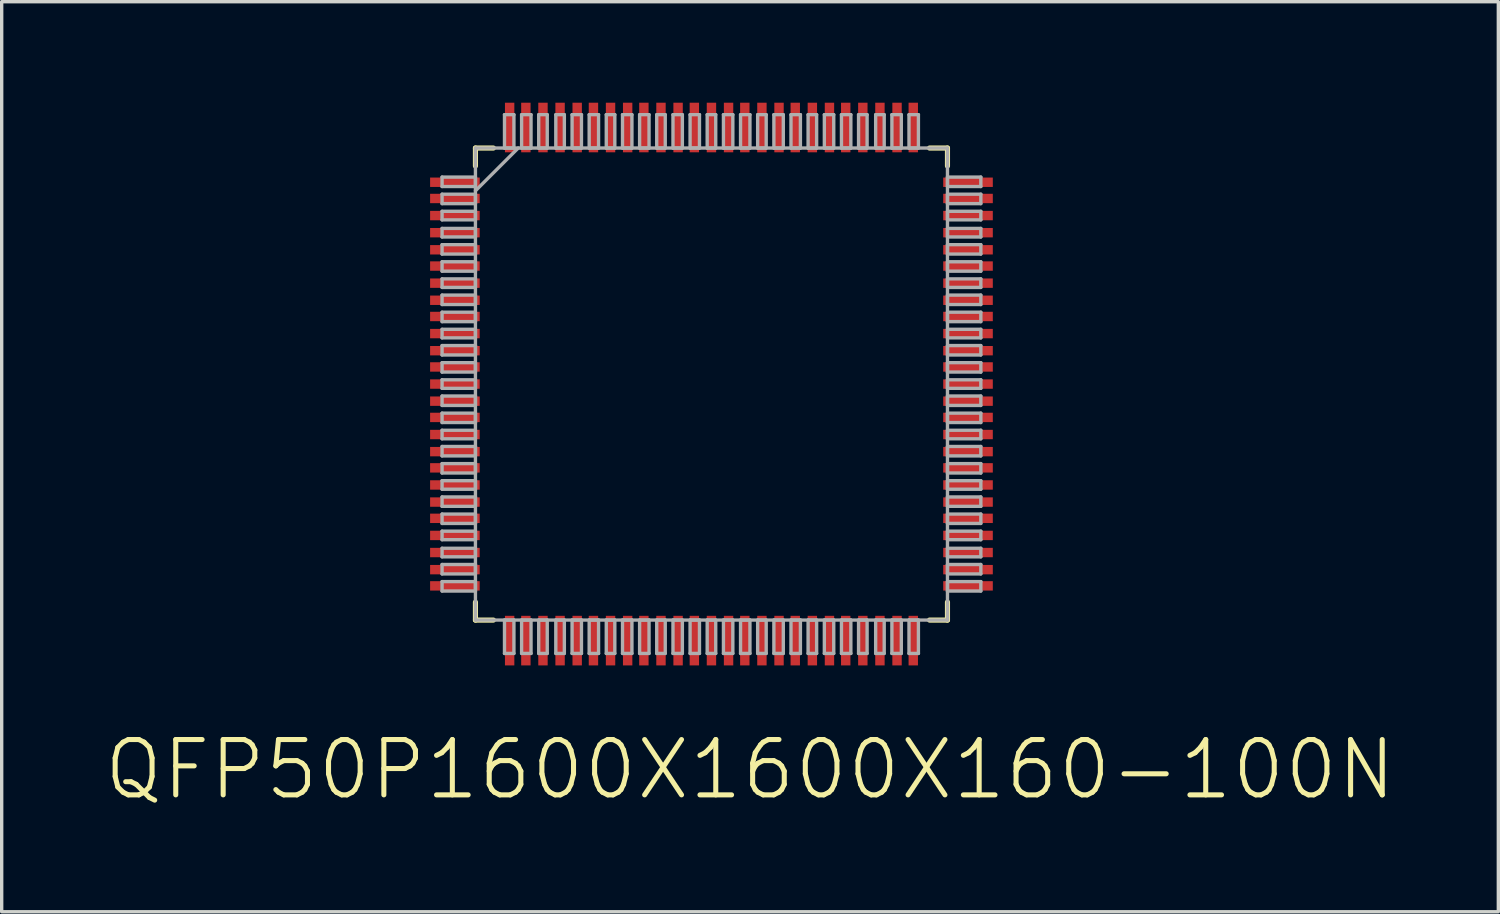
<source format=kicad_pcb>
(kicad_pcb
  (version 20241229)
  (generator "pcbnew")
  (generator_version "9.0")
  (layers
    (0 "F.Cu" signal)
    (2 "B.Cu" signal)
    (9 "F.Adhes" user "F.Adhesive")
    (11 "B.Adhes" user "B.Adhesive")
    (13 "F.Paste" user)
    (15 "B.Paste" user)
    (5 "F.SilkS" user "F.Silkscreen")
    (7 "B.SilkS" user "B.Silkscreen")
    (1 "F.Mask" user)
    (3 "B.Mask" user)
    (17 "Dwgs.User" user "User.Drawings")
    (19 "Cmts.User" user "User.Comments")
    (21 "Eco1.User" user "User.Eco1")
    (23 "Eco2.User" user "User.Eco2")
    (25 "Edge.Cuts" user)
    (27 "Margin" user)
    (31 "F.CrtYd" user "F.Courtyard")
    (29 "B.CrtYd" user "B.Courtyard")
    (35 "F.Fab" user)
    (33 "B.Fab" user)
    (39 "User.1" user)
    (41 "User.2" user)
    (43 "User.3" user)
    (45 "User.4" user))
  (footprint "QFP50P1600X1600X160-100N"
    (layer "F.Cu")
    (at 18.081 8.357)
    (property "Reference" "QFP50P1600X1600X160-100N" (at 1.145 11.449 0) (layer "F.SilkS") (effects (font (size 1.643 1.643) (thickness 0.15))))
    (attr smd)
    (fp_line (start -7.01 -7.01) (end -7.01 -6.477) (stroke (width 0.152) (type solid)) (layer "F.SilkS"))
    (fp_line (start -7.01 6.477) (end -7.01 7.01) (stroke (width 0.152) (type solid)) (layer "F.SilkS"))
    (fp_line (start -7.01 7.01) (end -6.477 7.01) (stroke (width 0.152) (type solid)) (layer "F.SilkS"))
    (fp_line (start -6.477 -7.01) (end -7.01 -7.01) (stroke (width 0.152) (type solid)) (layer "F.SilkS"))
    (fp_line (start 6.477 7.01) (end 7.01 7.01) (stroke (width 0.152) (type solid)) (layer "F.SilkS"))
    (fp_line (start 7.01 -7.01) (end 6.477 -7.01) (stroke (width 0.152) (type solid)) (layer "F.SilkS"))
    (fp_line (start 7.01 -6.477) (end 7.01 -7.01) (stroke (width 0.152) (type solid)) (layer "F.SilkS"))
    (fp_line (start 7.01 7.01) (end 7.01 6.477) (stroke (width 0.152) (type solid)) (layer "F.SilkS"))
    (fp_line (start -8.001 -6.147) (end -8.001 -5.867) (stroke (width 0.1) (type solid)) (layer "F.Fab"))
    (fp_line (start -8.001 -5.867) (end -7.01 -5.867) (stroke (width 0.1) (type solid)) (layer "F.Fab"))
    (fp_line (start -8.001 -5.639) (end -8.001 -5.359) (stroke (width 0.1) (type solid)) (layer "F.Fab"))
    (fp_line (start -8.001 -5.359) (end -7.01 -5.359) (stroke (width 0.1) (type solid)) (layer "F.Fab"))
    (fp_line (start -8.001 -5.131) (end -8.001 -4.877) (stroke (width 0.1) (type solid)) (layer "F.Fab"))
    (fp_line (start -8.001 -4.877) (end -7.01 -4.877) (stroke (width 0.1) (type solid)) (layer "F.Fab"))
    (fp_line (start -8.001 -4.623) (end -8.001 -4.369) (stroke (width 0.1) (type solid)) (layer "F.Fab"))
    (fp_line (start -8.001 -4.369) (end -7.01 -4.369) (stroke (width 0.1) (type solid)) (layer "F.Fab"))
    (fp_line (start -8.001 -4.14) (end -8.001 -3.861) (stroke (width 0.1) (type solid)) (layer "F.Fab"))
    (fp_line (start -8.001 -3.861) (end -7.01 -3.861) (stroke (width 0.1) (type solid)) (layer "F.Fab"))
    (fp_line (start -8.001 -3.632) (end -8.001 -3.353) (stroke (width 0.1) (type solid)) (layer "F.Fab"))
    (fp_line (start -8.001 -3.353) (end -7.01 -3.353) (stroke (width 0.1) (type solid)) (layer "F.Fab"))
    (fp_line (start -8.001 -3.124) (end -8.001 -2.87) (stroke (width 0.1) (type solid)) (layer "F.Fab"))
    (fp_line (start -8.001 -2.87) (end -7.01 -2.87) (stroke (width 0.1) (type solid)) (layer "F.Fab"))
    (fp_line (start -8.001 -2.642) (end -8.001 -2.362) (stroke (width 0.1) (type solid)) (layer "F.Fab"))
    (fp_line (start -8.001 -2.362) (end -7.01 -2.362) (stroke (width 0.1) (type solid)) (layer "F.Fab"))
    (fp_line (start -8.001 -2.134) (end -8.001 -1.854) (stroke (width 0.1) (type solid)) (layer "F.Fab"))
    (fp_line (start -8.001 -1.854) (end -7.01 -1.854) (stroke (width 0.1) (type solid)) (layer "F.Fab"))
    (fp_line (start -8.001 -1.626) (end -8.001 -1.372) (stroke (width 0.1) (type solid)) (layer "F.Fab"))
    (fp_line (start -8.001 -1.372) (end -7.01 -1.372) (stroke (width 0.1) (type solid)) (layer "F.Fab"))
    (fp_line (start -8.001 -1.143) (end -8.001 -0.864) (stroke (width 0.1) (type solid)) (layer "F.Fab"))
    (fp_line (start -8.001 -0.864) (end -7.01 -0.864) (stroke (width 0.1) (type solid)) (layer "F.Fab"))
    (fp_line (start -8.001 -0.635) (end -8.001 -0.356) (stroke (width 0.1) (type solid)) (layer "F.Fab"))
    (fp_line (start -8.001 -0.356) (end -7.01 -0.356) (stroke (width 0.1) (type solid)) (layer "F.Fab"))
    (fp_line (start -8.001 -0.127) (end -8.001 0.127) (stroke (width 0.1) (type solid)) (layer "F.Fab"))
    (fp_line (start -8.001 0.127) (end -7.01 0.127) (stroke (width 0.1) (type solid)) (layer "F.Fab"))
    (fp_line (start -8.001 0.356) (end -8.001 0.635) (stroke (width 0.1) (type solid)) (layer "F.Fab"))
    (fp_line (start -8.001 0.635) (end -7.01 0.635) (stroke (width 0.1) (type solid)) (layer "F.Fab"))
    (fp_line (start -8.001 0.864) (end -8.001 1.143) (stroke (width 0.1) (type solid)) (layer "F.Fab"))
    (fp_line (start -8.001 1.143) (end -7.01 1.143) (stroke (width 0.1) (type solid)) (layer "F.Fab"))
    (fp_line (start -8.001 1.372) (end -8.001 1.626) (stroke (width 0.1) (type solid)) (layer "F.Fab"))
    (fp_line (start -8.001 1.626) (end -7.01 1.626) (stroke (width 0.1) (type solid)) (layer "F.Fab"))
    (fp_line (start -8.001 1.854) (end -8.001 2.134) (stroke (width 0.1) (type solid)) (layer "F.Fab"))
    (fp_line (start -8.001 2.134) (end -7.01 2.134) (stroke (width 0.1) (type solid)) (layer "F.Fab"))
    (fp_line (start -8.001 2.362) (end -8.001 2.642) (stroke (width 0.1) (type solid)) (layer "F.Fab"))
    (fp_line (start -8.001 2.642) (end -7.01 2.642) (stroke (width 0.1) (type solid)) (layer "F.Fab"))
    (fp_line (start -8.001 2.87) (end -8.001 3.124) (stroke (width 0.1) (type solid)) (layer "F.Fab"))
    (fp_line (start -8.001 3.124) (end -7.01 3.124) (stroke (width 0.1) (type solid)) (layer "F.Fab"))
    (fp_line (start -8.001 3.353) (end -8.001 3.632) (stroke (width 0.1) (type solid)) (layer "F.Fab"))
    (fp_line (start -8.001 3.632) (end -7.01 3.632) (stroke (width 0.1) (type solid)) (layer "F.Fab"))
    (fp_line (start -8.001 3.861) (end -8.001 4.14) (stroke (width 0.1) (type solid)) (layer "F.Fab"))
    (fp_line (start -8.001 4.14) (end -7.01 4.14) (stroke (width 0.1) (type solid)) (layer "F.Fab"))
    (fp_line (start -8.001 4.369) (end -8.001 4.623) (stroke (width 0.1) (type solid)) (layer "F.Fab"))
    (fp_line (start -8.001 4.623) (end -7.01 4.623) (stroke (width 0.1) (type solid)) (layer "F.Fab"))
    (fp_line (start -8.001 4.877) (end -8.001 5.131) (stroke (width 0.1) (type solid)) (layer "F.Fab"))
    (fp_line (start -8.001 5.131) (end -7.01 5.131) (stroke (width 0.1) (type solid)) (layer "F.Fab"))
    (fp_line (start -8.001 5.359) (end -8.001 5.639) (stroke (width 0.1) (type solid)) (layer "F.Fab"))
    (fp_line (start -8.001 5.639) (end -7.01 5.639) (stroke (width 0.1) (type solid)) (layer "F.Fab"))
    (fp_line (start -8.001 5.867) (end -8.001 6.147) (stroke (width 0.1) (type solid)) (layer "F.Fab"))
    (fp_line (start -8.001 6.147) (end -7.01 6.147) (stroke (width 0.1) (type solid)) (layer "F.Fab"))
    (fp_line (start -7.01 -7.01) (end -7.01 7.01) (stroke (width 0.1) (type solid)) (layer "F.Fab"))
    (fp_line (start -7.01 -6.147) (end -8.001 -6.147) (stroke (width 0.1) (type solid)) (layer "F.Fab"))
    (fp_line (start -7.01 -5.867) (end -7.01 -6.147) (stroke (width 0.1) (type solid)) (layer "F.Fab"))
    (fp_line (start -7.01 -5.74) (end -5.74 -7.01) (stroke (width 0.1) (type solid)) (layer "F.Fab"))
    (fp_line (start -7.01 -5.639) (end -8.001 -5.639) (stroke (width 0.1) (type solid)) (layer "F.Fab"))
    (fp_line (start -7.01 -5.359) (end -7.01 -5.639) (stroke (width 0.1) (type solid)) (layer "F.Fab"))
    (fp_line (start -7.01 -5.131) (end -8.001 -5.131) (stroke (width 0.1) (type solid)) (layer "F.Fab"))
    (fp_line (start -7.01 -4.877) (end -7.01 -5.131) (stroke (width 0.1) (type solid)) (layer "F.Fab"))
    (fp_line (start -7.01 -4.623) (end -8.001 -4.623) (stroke (width 0.1) (type solid)) (layer "F.Fab"))
    (fp_line (start -7.01 -4.369) (end -7.01 -4.623) (stroke (width 0.1) (type solid)) (layer "F.Fab"))
    (fp_line (start -7.01 -4.14) (end -8.001 -4.14) (stroke (width 0.1) (type solid)) (layer "F.Fab"))
    (fp_line (start -7.01 -3.861) (end -7.01 -4.14) (stroke (width 0.1) (type solid)) (layer "F.Fab"))
    (fp_line (start -7.01 -3.632) (end -8.001 -3.632) (stroke (width 0.1) (type solid)) (layer "F.Fab"))
    (fp_line (start -7.01 -3.353) (end -7.01 -3.632) (stroke (width 0.1) (type solid)) (layer "F.Fab"))
    (fp_line (start -7.01 -3.124) (end -8.001 -3.124) (stroke (width 0.1) (type solid)) (layer "F.Fab"))
    (fp_line (start -7.01 -2.87) (end -7.01 -3.124) (stroke (width 0.1) (type solid)) (layer "F.Fab"))
    (fp_line (start -7.01 -2.642) (end -8.001 -2.642) (stroke (width 0.1) (type solid)) (layer "F.Fab"))
    (fp_line (start -7.01 -2.362) (end -7.01 -2.642) (stroke (width 0.1) (type solid)) (layer "F.Fab"))
    (fp_line (start -7.01 -2.134) (end -8.001 -2.134) (stroke (width 0.1) (type solid)) (layer "F.Fab"))
    (fp_line (start -7.01 -1.854) (end -7.01 -2.134) (stroke (width 0.1) (type solid)) (layer "F.Fab"))
    (fp_line (start -7.01 -1.626) (end -8.001 -1.626) (stroke (width 0.1) (type solid)) (layer "F.Fab"))
    (fp_line (start -7.01 -1.372) (end -7.01 -1.626) (stroke (width 0.1) (type solid)) (layer "F.Fab"))
    (fp_line (start -7.01 -1.143) (end -8.001 -1.143) (stroke (width 0.1) (type solid)) (layer "F.Fab"))
    (fp_line (start -7.01 -0.864) (end -7.01 -1.143) (stroke (width 0.1) (type solid)) (layer "F.Fab"))
    (fp_line (start -7.01 -0.635) (end -8.001 -0.635) (stroke (width 0.1) (type solid)) (layer "F.Fab"))
    (fp_line (start -7.01 -0.356) (end -7.01 -0.635) (stroke (width 0.1) (type solid)) (layer "F.Fab"))
    (fp_line (start -7.01 -0.127) (end -8.001 -0.127) (stroke (width 0.1) (type solid)) (layer "F.Fab"))
    (fp_line (start -7.01 0.127) (end -7.01 -0.127) (stroke (width 0.1) (type solid)) (layer "F.Fab"))
    (fp_line (start -7.01 0.356) (end -8.001 0.356) (stroke (width 0.1) (type solid)) (layer "F.Fab"))
    (fp_line (start -7.01 0.635) (end -7.01 0.356) (stroke (width 0.1) (type solid)) (layer "F.Fab"))
    (fp_line (start -7.01 0.864) (end -8.001 0.864) (stroke (width 0.1) (type solid)) (layer "F.Fab"))
    (fp_line (start -7.01 1.143) (end -7.01 0.864) (stroke (width 0.1) (type solid)) (layer "F.Fab"))
    (fp_line (start -7.01 1.372) (end -8.001 1.372) (stroke (width 0.1) (type solid)) (layer "F.Fab"))
    (fp_line (start -7.01 1.626) (end -7.01 1.372) (stroke (width 0.1) (type solid)) (layer "F.Fab"))
    (fp_line (start -7.01 1.854) (end -8.001 1.854) (stroke (width 0.1) (type solid)) (layer "F.Fab"))
    (fp_line (start -7.01 2.134) (end -7.01 1.854) (stroke (width 0.1) (type solid)) (layer "F.Fab"))
    (fp_line (start -7.01 2.362) (end -8.001 2.362) (stroke (width 0.1) (type solid)) (layer "F.Fab"))
    (fp_line (start -7.01 2.642) (end -7.01 2.362) (stroke (width 0.1) (type solid)) (layer "F.Fab"))
    (fp_line (start -7.01 2.87) (end -8.001 2.87) (stroke (width 0.1) (type solid)) (layer "F.Fab"))
    (fp_line (start -7.01 3.124) (end -7.01 2.87) (stroke (width 0.1) (type solid)) (layer "F.Fab"))
    (fp_line (start -7.01 3.353) (end -8.001 3.353) (stroke (width 0.1) (type solid)) (layer "F.Fab"))
    (fp_line (start -7.01 3.632) (end -7.01 3.353) (stroke (width 0.1) (type solid)) (layer "F.Fab"))
    (fp_line (start -7.01 3.861) (end -8.001 3.861) (stroke (width 0.1) (type solid)) (layer "F.Fab"))
    (fp_line (start -7.01 4.14) (end -7.01 3.861) (stroke (width 0.1) (type solid)) (layer "F.Fab"))
    (fp_line (start -7.01 4.369) (end -8.001 4.369) (stroke (width 0.1) (type solid)) (layer "F.Fab"))
    (fp_line (start -7.01 4.623) (end -7.01 4.369) (stroke (width 0.1) (type solid)) (layer "F.Fab"))
    (fp_line (start -7.01 4.877) (end -8.001 4.877) (stroke (width 0.1) (type solid)) (layer "F.Fab"))
    (fp_line (start -7.01 5.131) (end -7.01 4.877) (stroke (width 0.1) (type solid)) (layer "F.Fab"))
    (fp_line (start -7.01 5.359) (end -8.001 5.359) (stroke (width 0.1) (type solid)) (layer "F.Fab"))
    (fp_line (start -7.01 5.639) (end -7.01 5.359) (stroke (width 0.1) (type solid)) (layer "F.Fab"))
    (fp_line (start -7.01 5.867) (end -8.001 5.867) (stroke (width 0.1) (type solid)) (layer "F.Fab"))
    (fp_line (start -7.01 6.147) (end -7.01 5.867) (stroke (width 0.1) (type solid)) (layer "F.Fab"))
    (fp_line (start -7.01 7.01) (end 7.01 7.01) (stroke (width 0.1) (type solid)) (layer "F.Fab"))
    (fp_line (start -6.147 -8.001) (end -6.147 -7.01) (stroke (width 0.1) (type solid)) (layer "F.Fab"))
    (fp_line (start -6.147 -7.01) (end -5.867 -7.01) (stroke (width 0.1) (type solid)) (layer "F.Fab"))
    (fp_line (start -6.147 7.01) (end -6.147 8.001) (stroke (width 0.1) (type solid)) (layer "F.Fab"))
    (fp_line (start -6.147 8.001) (end -5.867 8.001) (stroke (width 0.1) (type solid)) (layer "F.Fab"))
    (fp_line (start -5.867 -8.001) (end -6.147 -8.001) (stroke (width 0.1) (type solid)) (layer "F.Fab"))
    (fp_line (start -5.867 -7.01) (end -5.867 -8.001) (stroke (width 0.1) (type solid)) (layer "F.Fab"))
    (fp_line (start -5.867 7.01) (end -6.147 7.01) (stroke (width 0.1) (type solid)) (layer "F.Fab"))
    (fp_line (start -5.867 8.001) (end -5.867 7.01) (stroke (width 0.1) (type solid)) (layer "F.Fab"))
    (fp_line (start -5.639 -8.001) (end -5.639 -7.01) (stroke (width 0.1) (type solid)) (layer "F.Fab"))
    (fp_line (start -5.639 -7.01) (end -5.359 -7.01) (stroke (width 0.1) (type solid)) (layer "F.Fab"))
    (fp_line (start -5.639 7.01) (end -5.639 8.001) (stroke (width 0.1) (type solid)) (layer "F.Fab"))
    (fp_line (start -5.639 8.001) (end -5.359 8.001) (stroke (width 0.1) (type solid)) (layer "F.Fab"))
    (fp_line (start -5.359 -8.001) (end -5.639 -8.001) (stroke (width 0.1) (type solid)) (layer "F.Fab"))
    (fp_line (start -5.359 -7.01) (end -5.359 -8.001) (stroke (width 0.1) (type solid)) (layer "F.Fab"))
    (fp_line (start -5.359 7.01) (end -5.639 7.01) (stroke (width 0.1) (type solid)) (layer "F.Fab"))
    (fp_line (start -5.359 8.001) (end -5.359 7.01) (stroke (width 0.1) (type solid)) (layer "F.Fab"))
    (fp_line (start -5.131 -8.001) (end -5.131 -7.01) (stroke (width 0.1) (type solid)) (layer "F.Fab"))
    (fp_line (start -5.131 -7.01) (end -4.877 -7.01) (stroke (width 0.1) (type solid)) (layer "F.Fab"))
    (fp_line (start -5.131 7.01) (end -5.131 8.001) (stroke (width 0.1) (type solid)) (layer "F.Fab"))
    (fp_line (start -5.131 8.001) (end -4.877 8.001) (stroke (width 0.1) (type solid)) (layer "F.Fab"))
    (fp_line (start -4.877 -8.001) (end -5.131 -8.001) (stroke (width 0.1) (type solid)) (layer "F.Fab"))
    (fp_line (start -4.877 -7.01) (end -4.877 -8.001) (stroke (width 0.1) (type solid)) (layer "F.Fab"))
    (fp_line (start -4.877 7.01) (end -5.131 7.01) (stroke (width 0.1) (type solid)) (layer "F.Fab"))
    (fp_line (start -4.877 8.001) (end -4.877 7.01) (stroke (width 0.1) (type solid)) (layer "F.Fab"))
    (fp_line (start -4.623 -8.001) (end -4.623 -7.01) (stroke (width 0.1) (type solid)) (layer "F.Fab"))
    (fp_line (start -4.623 -7.01) (end -4.369 -7.01) (stroke (width 0.1) (type solid)) (layer "F.Fab"))
    (fp_line (start -4.623 7.01) (end -4.623 8.001) (stroke (width 0.1) (type solid)) (layer "F.Fab"))
    (fp_line (start -4.623 8.001) (end -4.369 8.001) (stroke (width 0.1) (type solid)) (layer "F.Fab"))
    (fp_line (start -4.369 -8.001) (end -4.623 -8.001) (stroke (width 0.1) (type solid)) (layer "F.Fab"))
    (fp_line (start -4.369 -7.01) (end -4.369 -8.001) (stroke (width 0.1) (type solid)) (layer "F.Fab"))
    (fp_line (start -4.369 7.01) (end -4.623 7.01) (stroke (width 0.1) (type solid)) (layer "F.Fab"))
    (fp_line (start -4.369 8.001) (end -4.369 7.01) (stroke (width 0.1) (type solid)) (layer "F.Fab"))
    (fp_line (start -4.14 -8.001) (end -4.14 -7.01) (stroke (width 0.1) (type solid)) (layer "F.Fab"))
    (fp_line (start -4.14 -7.01) (end -3.861 -7.01) (stroke (width 0.1) (type solid)) (layer "F.Fab"))
    (fp_line (start -4.14 7.01) (end -4.14 8.001) (stroke (width 0.1) (type solid)) (layer "F.Fab"))
    (fp_line (start -4.14 8.001) (end -3.861 8.001) (stroke (width 0.1) (type solid)) (layer "F.Fab"))
    (fp_line (start -3.861 -8.001) (end -4.14 -8.001) (stroke (width 0.1) (type solid)) (layer "F.Fab"))
    (fp_line (start -3.861 -7.01) (end -3.861 -8.001) (stroke (width 0.1) (type solid)) (layer "F.Fab"))
    (fp_line (start -3.861 7.01) (end -4.14 7.01) (stroke (width 0.1) (type solid)) (layer "F.Fab"))
    (fp_line (start -3.861 8.001) (end -3.861 7.01) (stroke (width 0.1) (type solid)) (layer "F.Fab"))
    (fp_line (start -3.632 -8.001) (end -3.632 -7.01) (stroke (width 0.1) (type solid)) (layer "F.Fab"))
    (fp_line (start -3.632 -7.01) (end -3.353 -7.01) (stroke (width 0.1) (type solid)) (layer "F.Fab"))
    (fp_line (start -3.632 7.01) (end -3.632 8.001) (stroke (width 0.1) (type solid)) (layer "F.Fab"))
    (fp_line (start -3.632 8.001) (end -3.353 8.001) (stroke (width 0.1) (type solid)) (layer "F.Fab"))
    (fp_line (start -3.353 -8.001) (end -3.632 -8.001) (stroke (width 0.1) (type solid)) (layer "F.Fab"))
    (fp_line (start -3.353 -7.01) (end -3.353 -8.001) (stroke (width 0.1) (type solid)) (layer "F.Fab"))
    (fp_line (start -3.353 7.01) (end -3.632 7.01) (stroke (width 0.1) (type solid)) (layer "F.Fab"))
    (fp_line (start -3.353 8.001) (end -3.353 7.01) (stroke (width 0.1) (type solid)) (layer "F.Fab"))
    (fp_line (start -3.124 -8.001) (end -3.124 -7.01) (stroke (width 0.1) (type solid)) (layer "F.Fab"))
    (fp_line (start -3.124 -7.01) (end -2.87 -7.01) (stroke (width 0.1) (type solid)) (layer "F.Fab"))
    (fp_line (start -3.124 7.01) (end -3.124 8.001) (stroke (width 0.1) (type solid)) (layer "F.Fab"))
    (fp_line (start -3.124 8.001) (end -2.87 8.001) (stroke (width 0.1) (type solid)) (layer "F.Fab"))
    (fp_line (start -2.87 -8.001) (end -3.124 -8.001) (stroke (width 0.1) (type solid)) (layer "F.Fab"))
    (fp_line (start -2.87 -7.01) (end -2.87 -8.001) (stroke (width 0.1) (type solid)) (layer "F.Fab"))
    (fp_line (start -2.87 7.01) (end -3.124 7.01) (stroke (width 0.1) (type solid)) (layer "F.Fab"))
    (fp_line (start -2.87 8.001) (end -2.87 7.01) (stroke (width 0.1) (type solid)) (layer "F.Fab"))
    (fp_line (start -2.642 -8.001) (end -2.642 -7.01) (stroke (width 0.1) (type solid)) (layer "F.Fab"))
    (fp_line (start -2.642 -7.01) (end -2.362 -7.01) (stroke (width 0.1) (type solid)) (layer "F.Fab"))
    (fp_line (start -2.642 7.01) (end -2.642 8.001) (stroke (width 0.1) (type solid)) (layer "F.Fab"))
    (fp_line (start -2.642 8.001) (end -2.362 8.001) (stroke (width 0.1) (type solid)) (layer "F.Fab"))
    (fp_line (start -2.362 -8.001) (end -2.642 -8.001) (stroke (width 0.1) (type solid)) (layer "F.Fab"))
    (fp_line (start -2.362 -7.01) (end -2.362 -8.001) (stroke (width 0.1) (type solid)) (layer "F.Fab"))
    (fp_line (start -2.362 7.01) (end -2.642 7.01) (stroke (width 0.1) (type solid)) (layer "F.Fab"))
    (fp_line (start -2.362 8.001) (end -2.362 7.01) (stroke (width 0.1) (type solid)) (layer "F.Fab"))
    (fp_line (start -2.134 -8.001) (end -2.134 -7.01) (stroke (width 0.1) (type solid)) (layer "F.Fab"))
    (fp_line (start -2.134 -7.01) (end -1.854 -7.01) (stroke (width 0.1) (type solid)) (layer "F.Fab"))
    (fp_line (start -2.134 7.01) (end -2.134 8.001) (stroke (width 0.1) (type solid)) (layer "F.Fab"))
    (fp_line (start -2.134 8.001) (end -1.854 8.001) (stroke (width 0.1) (type solid)) (layer "F.Fab"))
    (fp_line (start -1.854 -8.001) (end -2.134 -8.001) (stroke (width 0.1) (type solid)) (layer "F.Fab"))
    (fp_line (start -1.854 -7.01) (end -1.854 -8.001) (stroke (width 0.1) (type solid)) (layer "F.Fab"))
    (fp_line (start -1.854 7.01) (end -2.134 7.01) (stroke (width 0.1) (type solid)) (layer "F.Fab"))
    (fp_line (start -1.854 8.001) (end -1.854 7.01) (stroke (width 0.1) (type solid)) (layer "F.Fab"))
    (fp_line (start -1.626 -8.001) (end -1.626 -7.01) (stroke (width 0.1) (type solid)) (layer "F.Fab"))
    (fp_line (start -1.626 -7.01) (end -1.372 -7.01) (stroke (width 0.1) (type solid)) (layer "F.Fab"))
    (fp_line (start -1.626 7.01) (end -1.626 8.001) (stroke (width 0.1) (type solid)) (layer "F.Fab"))
    (fp_line (start -1.626 8.001) (end -1.372 8.001) (stroke (width 0.1) (type solid)) (layer "F.Fab"))
    (fp_line (start -1.372 -8.001) (end -1.626 -8.001) (stroke (width 0.1) (type solid)) (layer "F.Fab"))
    (fp_line (start -1.372 -7.01) (end -1.372 -8.001) (stroke (width 0.1) (type solid)) (layer "F.Fab"))
    (fp_line (start -1.372 7.01) (end -1.626 7.01) (stroke (width 0.1) (type solid)) (layer "F.Fab"))
    (fp_line (start -1.372 8.001) (end -1.372 7.01) (stroke (width 0.1) (type solid)) (layer "F.Fab"))
    (fp_line (start -1.143 -8.001) (end -1.143 -7.01) (stroke (width 0.1) (type solid)) (layer "F.Fab"))
    (fp_line (start -1.143 -7.01) (end -0.864 -7.01) (stroke (width 0.1) (type solid)) (layer "F.Fab"))
    (fp_line (start -1.143 7.01) (end -1.143 8.001) (stroke (width 0.1) (type solid)) (layer "F.Fab"))
    (fp_line (start -1.143 8.001) (end -0.864 8.001) (stroke (width 0.1) (type solid)) (layer "F.Fab"))
    (fp_line (start -0.864 -8.001) (end -1.143 -8.001) (stroke (width 0.1) (type solid)) (layer "F.Fab"))
    (fp_line (start -0.864 -7.01) (end -0.864 -8.001) (stroke (width 0.1) (type solid)) (layer "F.Fab"))
    (fp_line (start -0.864 7.01) (end -1.143 7.01) (stroke (width 0.1) (type solid)) (layer "F.Fab"))
    (fp_line (start -0.864 8.001) (end -0.864 7.01) (stroke (width 0.1) (type solid)) (layer "F.Fab"))
    (fp_line (start -0.635 -8.001) (end -0.635 -7.01) (stroke (width 0.1) (type solid)) (layer "F.Fab"))
    (fp_line (start -0.635 -7.01) (end -0.356 -7.01) (stroke (width 0.1) (type solid)) (layer "F.Fab"))
    (fp_line (start -0.635 7.01) (end -0.635 8.001) (stroke (width 0.1) (type solid)) (layer "F.Fab"))
    (fp_line (start -0.635 8.001) (end -0.356 8.001) (stroke (width 0.1) (type solid)) (layer "F.Fab"))
    (fp_line (start -0.356 -8.001) (end -0.635 -8.001) (stroke (width 0.1) (type solid)) (layer "F.Fab"))
    (fp_line (start -0.356 -7.01) (end -0.356 -8.001) (stroke (width 0.1) (type solid)) (layer "F.Fab"))
    (fp_line (start -0.356 7.01) (end -0.635 7.01) (stroke (width 0.1) (type solid)) (layer "F.Fab"))
    (fp_line (start -0.356 8.001) (end -0.356 7.01) (stroke (width 0.1) (type solid)) (layer "F.Fab"))
    (fp_line (start -0.127 -8.001) (end -0.127 -7.01) (stroke (width 0.1) (type solid)) (layer "F.Fab"))
    (fp_line (start -0.127 -7.01) (end 0.127 -7.01) (stroke (width 0.1) (type solid)) (layer "F.Fab"))
    (fp_line (start -0.127 7.01) (end -0.127 8.001) (stroke (width 0.1) (type solid)) (layer "F.Fab"))
    (fp_line (start -0.127 8.001) (end 0.127 8.001) (stroke (width 0.1) (type solid)) (layer "F.Fab"))
    (fp_line (start 0.127 -8.001) (end -0.127 -8.001) (stroke (width 0.1) (type solid)) (layer "F.Fab"))
    (fp_line (start 0.127 -7.01) (end 0.127 -8.001) (stroke (width 0.1) (type solid)) (layer "F.Fab"))
    (fp_line (start 0.127 7.01) (end -0.127 7.01) (stroke (width 0.1) (type solid)) (layer "F.Fab"))
    (fp_line (start 0.127 8.001) (end 0.127 7.01) (stroke (width 0.1) (type solid)) (layer "F.Fab"))
    (fp_line (start 0.356 -8.001) (end 0.356 -7.01) (stroke (width 0.1) (type solid)) (layer "F.Fab"))
    (fp_line (start 0.356 -7.01) (end 0.635 -7.01) (stroke (width 0.1) (type solid)) (layer "F.Fab"))
    (fp_line (start 0.356 7.01) (end 0.356 8.001) (stroke (width 0.1) (type solid)) (layer "F.Fab"))
    (fp_line (start 0.356 8.001) (end 0.635 8.001) (stroke (width 0.1) (type solid)) (layer "F.Fab"))
    (fp_line (start 0.635 -8.001) (end 0.356 -8.001) (stroke (width 0.1) (type solid)) (layer "F.Fab"))
    (fp_line (start 0.635 -7.01) (end 0.635 -8.001) (stroke (width 0.1) (type solid)) (layer "F.Fab"))
    (fp_line (start 0.635 7.01) (end 0.356 7.01) (stroke (width 0.1) (type solid)) (layer "F.Fab"))
    (fp_line (start 0.635 8.001) (end 0.635 7.01) (stroke (width 0.1) (type solid)) (layer "F.Fab"))
    (fp_line (start 0.864 -8.001) (end 0.864 -7.01) (stroke (width 0.1) (type solid)) (layer "F.Fab"))
    (fp_line (start 0.864 -7.01) (end 1.143 -7.01) (stroke (width 0.1) (type solid)) (layer "F.Fab"))
    (fp_line (start 0.864 7.01) (end 0.864 8.001) (stroke (width 0.1) (type solid)) (layer "F.Fab"))
    (fp_line (start 0.864 8.001) (end 1.143 8.001) (stroke (width 0.1) (type solid)) (layer "F.Fab"))
    (fp_line (start 1.143 -8.001) (end 0.864 -8.001) (stroke (width 0.1) (type solid)) (layer "F.Fab"))
    (fp_line (start 1.143 -7.01) (end 1.143 -8.001) (stroke (width 0.1) (type solid)) (layer "F.Fab"))
    (fp_line (start 1.143 7.01) (end 0.864 7.01) (stroke (width 0.1) (type solid)) (layer "F.Fab"))
    (fp_line (start 1.143 8.001) (end 1.143 7.01) (stroke (width 0.1) (type solid)) (layer "F.Fab"))
    (fp_line (start 1.372 -8.001) (end 1.372 -7.01) (stroke (width 0.1) (type solid)) (layer "F.Fab"))
    (fp_line (start 1.372 -7.01) (end 1.626 -7.01) (stroke (width 0.1) (type solid)) (layer "F.Fab"))
    (fp_line (start 1.372 7.01) (end 1.372 8.001) (stroke (width 0.1) (type solid)) (layer "F.Fab"))
    (fp_line (start 1.372 8.001) (end 1.626 8.001) (stroke (width 0.1) (type solid)) (layer "F.Fab"))
    (fp_line (start 1.626 -8.001) (end 1.372 -8.001) (stroke (width 0.1) (type solid)) (layer "F.Fab"))
    (fp_line (start 1.626 -7.01) (end 1.626 -8.001) (stroke (width 0.1) (type solid)) (layer "F.Fab"))
    (fp_line (start 1.626 7.01) (end 1.372 7.01) (stroke (width 0.1) (type solid)) (layer "F.Fab"))
    (fp_line (start 1.626 8.001) (end 1.626 7.01) (stroke (width 0.1) (type solid)) (layer "F.Fab"))
    (fp_line (start 1.854 -8.001) (end 1.854 -7.01) (stroke (width 0.1) (type solid)) (layer "F.Fab"))
    (fp_line (start 1.854 -7.01) (end 2.134 -7.01) (stroke (width 0.1) (type solid)) (layer "F.Fab"))
    (fp_line (start 1.854 7.01) (end 1.854 8.001) (stroke (width 0.1) (type solid)) (layer "F.Fab"))
    (fp_line (start 1.854 8.001) (end 2.134 8.001) (stroke (width 0.1) (type solid)) (layer "F.Fab"))
    (fp_line (start 2.134 -8.001) (end 1.854 -8.001) (stroke (width 0.1) (type solid)) (layer "F.Fab"))
    (fp_line (start 2.134 -7.01) (end 2.134 -8.001) (stroke (width 0.1) (type solid)) (layer "F.Fab"))
    (fp_line (start 2.134 7.01) (end 1.854 7.01) (stroke (width 0.1) (type solid)) (layer "F.Fab"))
    (fp_line (start 2.134 8.001) (end 2.134 7.01) (stroke (width 0.1) (type solid)) (layer "F.Fab"))
    (fp_line (start 2.362 -8.001) (end 2.362 -7.01) (stroke (width 0.1) (type solid)) (layer "F.Fab"))
    (fp_line (start 2.362 -7.01) (end 2.642 -7.01) (stroke (width 0.1) (type solid)) (layer "F.Fab"))
    (fp_line (start 2.362 7.01) (end 2.362 8.001) (stroke (width 0.1) (type solid)) (layer "F.Fab"))
    (fp_line (start 2.362 8.001) (end 2.642 8.001) (stroke (width 0.1) (type solid)) (layer "F.Fab"))
    (fp_line (start 2.642 -8.001) (end 2.362 -8.001) (stroke (width 0.1) (type solid)) (layer "F.Fab"))
    (fp_line (start 2.642 -7.01) (end 2.642 -8.001) (stroke (width 0.1) (type solid)) (layer "F.Fab"))
    (fp_line (start 2.642 7.01) (end 2.362 7.01) (stroke (width 0.1) (type solid)) (layer "F.Fab"))
    (fp_line (start 2.642 8.001) (end 2.642 7.01) (stroke (width 0.1) (type solid)) (layer "F.Fab"))
    (fp_line (start 2.87 -8.001) (end 2.87 -7.01) (stroke (width 0.1) (type solid)) (layer "F.Fab"))
    (fp_line (start 2.87 -7.01) (end 3.124 -7.01) (stroke (width 0.1) (type solid)) (layer "F.Fab"))
    (fp_line (start 2.87 7.01) (end 2.87 8.001) (stroke (width 0.1) (type solid)) (layer "F.Fab"))
    (fp_line (start 2.87 8.001) (end 3.124 8.001) (stroke (width 0.1) (type solid)) (layer "F.Fab"))
    (fp_line (start 3.124 -8.001) (end 2.87 -8.001) (stroke (width 0.1) (type solid)) (layer "F.Fab"))
    (fp_line (start 3.124 -7.01) (end 3.124 -8.001) (stroke (width 0.1) (type solid)) (layer "F.Fab"))
    (fp_line (start 3.124 7.01) (end 2.87 7.01) (stroke (width 0.1) (type solid)) (layer "F.Fab"))
    (fp_line (start 3.124 8.001) (end 3.124 7.01) (stroke (width 0.1) (type solid)) (layer "F.Fab"))
    (fp_line (start 3.353 -8.001) (end 3.353 -7.01) (stroke (width 0.1) (type solid)) (layer "F.Fab"))
    (fp_line (start 3.353 -7.01) (end 3.632 -7.01) (stroke (width 0.1) (type solid)) (layer "F.Fab"))
    (fp_line (start 3.353 7.01) (end 3.353 8.001) (stroke (width 0.1) (type solid)) (layer "F.Fab"))
    (fp_line (start 3.353 8.001) (end 3.632 8.001) (stroke (width 0.1) (type solid)) (layer "F.Fab"))
    (fp_line (start 3.632 -8.001) (end 3.353 -8.001) (stroke (width 0.1) (type solid)) (layer "F.Fab"))
    (fp_line (start 3.632 -7.01) (end 3.632 -8.001) (stroke (width 0.1) (type solid)) (layer "F.Fab"))
    (fp_line (start 3.632 7.01) (end 3.353 7.01) (stroke (width 0.1) (type solid)) (layer "F.Fab"))
    (fp_line (start 3.632 8.001) (end 3.632 7.01) (stroke (width 0.1) (type solid)) (layer "F.Fab"))
    (fp_line (start 3.861 -8.001) (end 3.861 -7.01) (stroke (width 0.1) (type solid)) (layer "F.Fab"))
    (fp_line (start 3.861 -7.01) (end 4.14 -7.01) (stroke (width 0.1) (type solid)) (layer "F.Fab"))
    (fp_line (start 3.861 7.01) (end 3.861 8.001) (stroke (width 0.1) (type solid)) (layer "F.Fab"))
    (fp_line (start 3.861 8.001) (end 4.14 8.001) (stroke (width 0.1) (type solid)) (layer "F.Fab"))
    (fp_line (start 4.14 -8.001) (end 3.861 -8.001) (stroke (width 0.1) (type solid)) (layer "F.Fab"))
    (fp_line (start 4.14 -7.01) (end 4.14 -8.001) (stroke (width 0.1) (type solid)) (layer "F.Fab"))
    (fp_line (start 4.14 7.01) (end 3.861 7.01) (stroke (width 0.1) (type solid)) (layer "F.Fab"))
    (fp_line (start 4.14 8.001) (end 4.14 7.01) (stroke (width 0.1) (type solid)) (layer "F.Fab"))
    (fp_line (start 4.369 -8.001) (end 4.369 -7.01) (stroke (width 0.1) (type solid)) (layer "F.Fab"))
    (fp_line (start 4.369 -7.01) (end 4.623 -7.01) (stroke (width 0.1) (type solid)) (layer "F.Fab"))
    (fp_line (start 4.369 7.01) (end 4.369 8.001) (stroke (width 0.1) (type solid)) (layer "F.Fab"))
    (fp_line (start 4.369 8.001) (end 4.623 8.001) (stroke (width 0.1) (type solid)) (layer "F.Fab"))
    (fp_line (start 4.623 -8.001) (end 4.369 -8.001) (stroke (width 0.1) (type solid)) (layer "F.Fab"))
    (fp_line (start 4.623 -7.01) (end 4.623 -8.001) (stroke (width 0.1) (type solid)) (layer "F.Fab"))
    (fp_line (start 4.623 7.01) (end 4.369 7.01) (stroke (width 0.1) (type solid)) (layer "F.Fab"))
    (fp_line (start 4.623 8.001) (end 4.623 7.01) (stroke (width 0.1) (type solid)) (layer "F.Fab"))
    (fp_line (start 4.877 -8.001) (end 4.877 -7.01) (stroke (width 0.1) (type solid)) (layer "F.Fab"))
    (fp_line (start 4.877 -7.01) (end 5.131 -7.01) (stroke (width 0.1) (type solid)) (layer "F.Fab"))
    (fp_line (start 4.877 7.01) (end 4.877 8.001) (stroke (width 0.1) (type solid)) (layer "F.Fab"))
    (fp_line (start 4.877 8.001) (end 5.131 8.001) (stroke (width 0.1) (type solid)) (layer "F.Fab"))
    (fp_line (start 5.131 -8.001) (end 4.877 -8.001) (stroke (width 0.1) (type solid)) (layer "F.Fab"))
    (fp_line (start 5.131 -7.01) (end 5.131 -8.001) (stroke (width 0.1) (type solid)) (layer "F.Fab"))
    (fp_line (start 5.131 7.01) (end 4.877 7.01) (stroke (width 0.1) (type solid)) (layer "F.Fab"))
    (fp_line (start 5.131 8.001) (end 5.131 7.01) (stroke (width 0.1) (type solid)) (layer "F.Fab"))
    (fp_line (start 5.359 -8.001) (end 5.359 -7.01) (stroke (width 0.1) (type solid)) (layer "F.Fab"))
    (fp_line (start 5.359 -7.01) (end 5.639 -7.01) (stroke (width 0.1) (type solid)) (layer "F.Fab"))
    (fp_line (start 5.359 7.01) (end 5.359 8.001) (stroke (width 0.1) (type solid)) (layer "F.Fab"))
    (fp_line (start 5.359 8.001) (end 5.639 8.001) (stroke (width 0.1) (type solid)) (layer "F.Fab"))
    (fp_line (start 5.639 -8.001) (end 5.359 -8.001) (stroke (width 0.1) (type solid)) (layer "F.Fab"))
    (fp_line (start 5.639 -7.01) (end 5.639 -8.001) (stroke (width 0.1) (type solid)) (layer "F.Fab"))
    (fp_line (start 5.639 7.01) (end 5.359 7.01) (stroke (width 0.1) (type solid)) (layer "F.Fab"))
    (fp_line (start 5.639 8.001) (end 5.639 7.01) (stroke (width 0.1) (type solid)) (layer "F.Fab"))
    (fp_line (start 5.867 -8.001) (end 5.867 -7.01) (stroke (width 0.1) (type solid)) (layer "F.Fab"))
    (fp_line (start 5.867 -7.01) (end 6.147 -7.01) (stroke (width 0.1) (type solid)) (layer "F.Fab"))
    (fp_line (start 5.867 7.01) (end 5.867 8.001) (stroke (width 0.1) (type solid)) (layer "F.Fab"))
    (fp_line (start 5.867 8.001) (end 6.147 8.001) (stroke (width 0.1) (type solid)) (layer "F.Fab"))
    (fp_line (start 6.147 -8.001) (end 5.867 -8.001) (stroke (width 0.1) (type solid)) (layer "F.Fab"))
    (fp_line (start 6.147 -7.01) (end 6.147 -8.001) (stroke (width 0.1) (type solid)) (layer "F.Fab"))
    (fp_line (start 6.147 7.01) (end 5.867 7.01) (stroke (width 0.1) (type solid)) (layer "F.Fab"))
    (fp_line (start 6.147 8.001) (end 6.147 7.01) (stroke (width 0.1) (type solid)) (layer "F.Fab"))
    (fp_line (start 7.01 -7.01) (end -7.01 -7.01) (stroke (width 0.1) (type solid)) (layer "F.Fab"))
    (fp_line (start 7.01 -6.147) (end 7.01 -5.867) (stroke (width 0.1) (type solid)) (layer "F.Fab"))
    (fp_line (start 7.01 -5.867) (end 8.001 -5.867) (stroke (width 0.1) (type solid)) (layer "F.Fab"))
    (fp_line (start 7.01 -5.639) (end 7.01 -5.359) (stroke (width 0.1) (type solid)) (layer "F.Fab"))
    (fp_line (start 7.01 -5.359) (end 8.001 -5.359) (stroke (width 0.1) (type solid)) (layer "F.Fab"))
    (fp_line (start 7.01 -5.131) (end 7.01 -4.877) (stroke (width 0.1) (type solid)) (layer "F.Fab"))
    (fp_line (start 7.01 -4.877) (end 8.001 -4.877) (stroke (width 0.1) (type solid)) (layer "F.Fab"))
    (fp_line (start 7.01 -4.623) (end 7.01 -4.369) (stroke (width 0.1) (type solid)) (layer "F.Fab"))
    (fp_line (start 7.01 -4.369) (end 8.001 -4.369) (stroke (width 0.1) (type solid)) (layer "F.Fab"))
    (fp_line (start 7.01 -4.14) (end 7.01 -3.861) (stroke (width 0.1) (type solid)) (layer "F.Fab"))
    (fp_line (start 7.01 -3.861) (end 8.001 -3.861) (stroke (width 0.1) (type solid)) (layer "F.Fab"))
    (fp_line (start 7.01 -3.632) (end 7.01 -3.353) (stroke (width 0.1) (type solid)) (layer "F.Fab"))
    (fp_line (start 7.01 -3.353) (end 8.001 -3.353) (stroke (width 0.1) (type solid)) (layer "F.Fab"))
    (fp_line (start 7.01 -3.124) (end 7.01 -2.87) (stroke (width 0.1) (type solid)) (layer "F.Fab"))
    (fp_line (start 7.01 -2.87) (end 8.001 -2.87) (stroke (width 0.1) (type solid)) (layer "F.Fab"))
    (fp_line (start 7.01 -2.642) (end 7.01 -2.362) (stroke (width 0.1) (type solid)) (layer "F.Fab"))
    (fp_line (start 7.01 -2.362) (end 8.001 -2.362) (stroke (width 0.1) (type solid)) (layer "F.Fab"))
    (fp_line (start 7.01 -2.134) (end 7.01 -1.854) (stroke (width 0.1) (type solid)) (layer "F.Fab"))
    (fp_line (start 7.01 -1.854) (end 8.001 -1.854) (stroke (width 0.1) (type solid)) (layer "F.Fab"))
    (fp_line (start 7.01 -1.626) (end 7.01 -1.372) (stroke (width 0.1) (type solid)) (layer "F.Fab"))
    (fp_line (start 7.01 -1.372) (end 8.001 -1.372) (stroke (width 0.1) (type solid)) (layer "F.Fab"))
    (fp_line (start 7.01 -1.143) (end 7.01 -0.864) (stroke (width 0.1) (type solid)) (layer "F.Fab"))
    (fp_line (start 7.01 -0.864) (end 8.001 -0.864) (stroke (width 0.1) (type solid)) (layer "F.Fab"))
    (fp_line (start 7.01 -0.635) (end 7.01 -0.356) (stroke (width 0.1) (type solid)) (layer "F.Fab"))
    (fp_line (start 7.01 -0.356) (end 8.001 -0.356) (stroke (width 0.1) (type solid)) (layer "F.Fab"))
    (fp_line (start 7.01 -0.127) (end 7.01 0.127) (stroke (width 0.1) (type solid)) (layer "F.Fab"))
    (fp_line (start 7.01 0.127) (end 8.001 0.127) (stroke (width 0.1) (type solid)) (layer "F.Fab"))
    (fp_line (start 7.01 0.356) (end 7.01 0.635) (stroke (width 0.1) (type solid)) (layer "F.Fab"))
    (fp_line (start 7.01 0.635) (end 8.001 0.635) (stroke (width 0.1) (type solid)) (layer "F.Fab"))
    (fp_line (start 7.01 0.864) (end 7.01 1.143) (stroke (width 0.1) (type solid)) (layer "F.Fab"))
    (fp_line (start 7.01 1.143) (end 8.001 1.143) (stroke (width 0.1) (type solid)) (layer "F.Fab"))
    (fp_line (start 7.01 1.372) (end 7.01 1.626) (stroke (width 0.1) (type solid)) (layer "F.Fab"))
    (fp_line (start 7.01 1.626) (end 8.001 1.626) (stroke (width 0.1) (type solid)) (layer "F.Fab"))
    (fp_line (start 7.01 1.854) (end 7.01 2.134) (stroke (width 0.1) (type solid)) (layer "F.Fab"))
    (fp_line (start 7.01 2.134) (end 8.001 2.134) (stroke (width 0.1) (type solid)) (layer "F.Fab"))
    (fp_line (start 7.01 2.362) (end 7.01 2.642) (stroke (width 0.1) (type solid)) (layer "F.Fab"))
    (fp_line (start 7.01 2.642) (end 8.001 2.642) (stroke (width 0.1) (type solid)) (layer "F.Fab"))
    (fp_line (start 7.01 2.87) (end 7.01 3.124) (stroke (width 0.1) (type solid)) (layer "F.Fab"))
    (fp_line (start 7.01 3.124) (end 8.001 3.124) (stroke (width 0.1) (type solid)) (layer "F.Fab"))
    (fp_line (start 7.01 3.353) (end 7.01 3.632) (stroke (width 0.1) (type solid)) (layer "F.Fab"))
    (fp_line (start 7.01 3.632) (end 8.001 3.632) (stroke (width 0.1) (type solid)) (layer "F.Fab"))
    (fp_line (start 7.01 3.861) (end 7.01 4.14) (stroke (width 0.1) (type solid)) (layer "F.Fab"))
    (fp_line (start 7.01 4.14) (end 8.001 4.14) (stroke (width 0.1) (type solid)) (layer "F.Fab"))
    (fp_line (start 7.01 4.369) (end 7.01 4.623) (stroke (width 0.1) (type solid)) (layer "F.Fab"))
    (fp_line (start 7.01 4.623) (end 8.001 4.623) (stroke (width 0.1) (type solid)) (layer "F.Fab"))
    (fp_line (start 7.01 4.877) (end 7.01 5.131) (stroke (width 0.1) (type solid)) (layer "F.Fab"))
    (fp_line (start 7.01 5.131) (end 8.001 5.131) (stroke (width 0.1) (type solid)) (layer "F.Fab"))
    (fp_line (start 7.01 5.359) (end 7.01 5.639) (stroke (width 0.1) (type solid)) (layer "F.Fab"))
    (fp_line (start 7.01 5.639) (end 8.001 5.639) (stroke (width 0.1) (type solid)) (layer "F.Fab"))
    (fp_line (start 7.01 5.867) (end 7.01 6.147) (stroke (width 0.1) (type solid)) (layer "F.Fab"))
    (fp_line (start 7.01 6.147) (end 8.001 6.147) (stroke (width 0.1) (type solid)) (layer "F.Fab"))
    (fp_line (start 7.01 7.01) (end 7.01 -7.01) (stroke (width 0.1) (type solid)) (layer "F.Fab"))
    (fp_line (start 8.001 -6.147) (end 7.01 -6.147) (stroke (width 0.1) (type solid)) (layer "F.Fab"))
    (fp_line (start 8.001 -5.867) (end 8.001 -6.147) (stroke (width 0.1) (type solid)) (layer "F.Fab"))
    (fp_line (start 8.001 -5.639) (end 7.01 -5.639) (stroke (width 0.1) (type solid)) (layer "F.Fab"))
    (fp_line (start 8.001 -5.359) (end 8.001 -5.639) (stroke (width 0.1) (type solid)) (layer "F.Fab"))
    (fp_line (start 8.001 -5.131) (end 7.01 -5.131) (stroke (width 0.1) (type solid)) (layer "F.Fab"))
    (fp_line (start 8.001 -4.877) (end 8.001 -5.131) (stroke (width 0.1) (type solid)) (layer "F.Fab"))
    (fp_line (start 8.001 -4.623) (end 7.01 -4.623) (stroke (width 0.1) (type solid)) (layer "F.Fab"))
    (fp_line (start 8.001 -4.369) (end 8.001 -4.623) (stroke (width 0.1) (type solid)) (layer "F.Fab"))
    (fp_line (start 8.001 -4.14) (end 7.01 -4.14) (stroke (width 0.1) (type solid)) (layer "F.Fab"))
    (fp_line (start 8.001 -3.861) (end 8.001 -4.14) (stroke (width 0.1) (type solid)) (layer "F.Fab"))
    (fp_line (start 8.001 -3.632) (end 7.01 -3.632) (stroke (width 0.1) (type solid)) (layer "F.Fab"))
    (fp_line (start 8.001 -3.353) (end 8.001 -3.632) (stroke (width 0.1) (type solid)) (layer "F.Fab"))
    (fp_line (start 8.001 -3.124) (end 7.01 -3.124) (stroke (width 0.1) (type solid)) (layer "F.Fab"))
    (fp_line (start 8.001 -2.87) (end 8.001 -3.124) (stroke (width 0.1) (type solid)) (layer "F.Fab"))
    (fp_line (start 8.001 -2.642) (end 7.01 -2.642) (stroke (width 0.1) (type solid)) (layer "F.Fab"))
    (fp_line (start 8.001 -2.362) (end 8.001 -2.642) (stroke (width 0.1) (type solid)) (layer "F.Fab"))
    (fp_line (start 8.001 -2.134) (end 7.01 -2.134) (stroke (width 0.1) (type solid)) (layer "F.Fab"))
    (fp_line (start 8.001 -1.854) (end 8.001 -2.134) (stroke (width 0.1) (type solid)) (layer "F.Fab"))
    (fp_line (start 8.001 -1.626) (end 7.01 -1.626) (stroke (width 0.1) (type solid)) (layer "F.Fab"))
    (fp_line (start 8.001 -1.372) (end 8.001 -1.626) (stroke (width 0.1) (type solid)) (layer "F.Fab"))
    (fp_line (start 8.001 -1.143) (end 7.01 -1.143) (stroke (width 0.1) (type solid)) (layer "F.Fab"))
    (fp_line (start 8.001 -0.864) (end 8.001 -1.143) (stroke (width 0.1) (type solid)) (layer "F.Fab"))
    (fp_line (start 8.001 -0.635) (end 7.01 -0.635) (stroke (width 0.1) (type solid)) (layer "F.Fab"))
    (fp_line (start 8.001 -0.356) (end 8.001 -0.635) (stroke (width 0.1) (type solid)) (layer "F.Fab"))
    (fp_line (start 8.001 -0.127) (end 7.01 -0.127) (stroke (width 0.1) (type solid)) (layer "F.Fab"))
    (fp_line (start 8.001 0.127) (end 8.001 -0.127) (stroke (width 0.1) (type solid)) (layer "F.Fab"))
    (fp_line (start 8.001 0.356) (end 7.01 0.356) (stroke (width 0.1) (type solid)) (layer "F.Fab"))
    (fp_line (start 8.001 0.635) (end 8.001 0.356) (stroke (width 0.1) (type solid)) (layer "F.Fab"))
    (fp_line (start 8.001 0.864) (end 7.01 0.864) (stroke (width 0.1) (type solid)) (layer "F.Fab"))
    (fp_line (start 8.001 1.143) (end 8.001 0.864) (stroke (width 0.1) (type solid)) (layer "F.Fab"))
    (fp_line (start 8.001 1.372) (end 7.01 1.372) (stroke (width 0.1) (type solid)) (layer "F.Fab"))
    (fp_line (start 8.001 1.626) (end 8.001 1.372) (stroke (width 0.1) (type solid)) (layer "F.Fab"))
    (fp_line (start 8.001 1.854) (end 7.01 1.854) (stroke (width 0.1) (type solid)) (layer "F.Fab"))
    (fp_line (start 8.001 2.134) (end 8.001 1.854) (stroke (width 0.1) (type solid)) (layer "F.Fab"))
    (fp_line (start 8.001 2.362) (end 7.01 2.362) (stroke (width 0.1) (type solid)) (layer "F.Fab"))
    (fp_line (start 8.001 2.642) (end 8.001 2.362) (stroke (width 0.1) (type solid)) (layer "F.Fab"))
    (fp_line (start 8.001 2.87) (end 7.01 2.87) (stroke (width 0.1) (type solid)) (layer "F.Fab"))
    (fp_line (start 8.001 3.124) (end 8.001 2.87) (stroke (width 0.1) (type solid)) (layer "F.Fab"))
    (fp_line (start 8.001 3.353) (end 7.01 3.353) (stroke (width 0.1) (type solid)) (layer "F.Fab"))
    (fp_line (start 8.001 3.632) (end 8.001 3.353) (stroke (width 0.1) (type solid)) (layer "F.Fab"))
    (fp_line (start 8.001 3.861) (end 7.01 3.861) (stroke (width 0.1) (type solid)) (layer "F.Fab"))
    (fp_line (start 8.001 4.14) (end 8.001 3.861) (stroke (width 0.1) (type solid)) (layer "F.Fab"))
    (fp_line (start 8.001 4.369) (end 7.01 4.369) (stroke (width 0.1) (type solid)) (layer "F.Fab"))
    (fp_line (start 8.001 4.623) (end 8.001 4.369) (stroke (width 0.1) (type solid)) (layer "F.Fab"))
    (fp_line (start 8.001 4.877) (end 7.01 4.877) (stroke (width 0.1) (type solid)) (layer "F.Fab"))
    (fp_line (start 8.001 5.131) (end 8.001 4.877) (stroke (width 0.1) (type solid)) (layer "F.Fab"))
    (fp_line (start 8.001 5.359) (end 7.01 5.359) (stroke (width 0.1) (type solid)) (layer "F.Fab"))
    (fp_line (start 8.001 5.639) (end 8.001 5.359) (stroke (width 0.1) (type solid)) (layer "F.Fab"))
    (fp_line (start 8.001 5.867) (end 7.01 5.867) (stroke (width 0.1) (type solid)) (layer "F.Fab"))
    (fp_line (start 8.001 6.147) (end 8.001 5.867) (stroke (width 0.1) (type solid)) (layer "F.Fab"))
    (pad "1" smd rect (at -7.62 -5.994 270) (size 0.279 1.473) (layers "F.Cu" "F.Mask" "F.Paste"))
    (pad "2" smd rect (at -7.62 -5.512 270) (size 0.279 1.473) (layers "F.Cu" "F.Mask" "F.Paste"))
    (pad "3" smd rect (at -7.62 -5.004 270) (size 0.279 1.473) (layers "F.Cu" "F.Mask" "F.Paste"))
    (pad "4" smd rect (at -7.62 -4.496 270) (size 0.279 1.473) (layers "F.Cu" "F.Mask" "F.Paste"))
    (pad "5" smd rect (at -7.62 -3.988 270) (size 0.279 1.473) (layers "F.Cu" "F.Mask" "F.Paste"))
    (pad "6" smd rect (at -7.62 -3.505 270) (size 0.279 1.473) (layers "F.Cu" "F.Mask" "F.Paste"))
    (pad "7" smd rect (at -7.62 -2.997 270) (size 0.279 1.473) (layers "F.Cu" "F.Mask" "F.Paste"))
    (pad "8" smd rect (at -7.62 -2.489 270) (size 0.279 1.473) (layers "F.Cu" "F.Mask" "F.Paste"))
    (pad "9" smd rect (at -7.62 -2.007 270) (size 0.279 1.473) (layers "F.Cu" "F.Mask" "F.Paste"))
    (pad "10" smd rect (at -7.62 -1.499 270) (size 0.279 1.473) (layers "F.Cu" "F.Mask" "F.Paste"))
    (pad "11" smd rect (at -7.62 -0.991 270) (size 0.279 1.473) (layers "F.Cu" "F.Mask" "F.Paste"))
    (pad "12" smd rect (at -7.62 -0.508 270) (size 0.279 1.473) (layers "F.Cu" "F.Mask" "F.Paste"))
    (pad "13" smd rect (at -7.62 0 270) (size 0.279 1.473) (layers "F.Cu" "F.Mask" "F.Paste"))
    (pad "14" smd rect (at -7.62 0.508 270) (size 0.279 1.473) (layers "F.Cu" "F.Mask" "F.Paste"))
    (pad "15" smd rect (at -7.62 0.991 270) (size 0.279 1.473) (layers "F.Cu" "F.Mask" "F.Paste"))
    (pad "16" smd rect (at -7.62 1.499 270) (size 0.279 1.473) (layers "F.Cu" "F.Mask" "F.Paste"))
    (pad "17" smd rect (at -7.62 2.007 270) (size 0.279 1.473) (layers "F.Cu" "F.Mask" "F.Paste"))
    (pad "18" smd rect (at -7.62 2.489 270) (size 0.279 1.473) (layers "F.Cu" "F.Mask" "F.Paste"))
    (pad "19" smd rect (at -7.62 2.997 270) (size 0.279 1.473) (layers "F.Cu" "F.Mask" "F.Paste"))
    (pad "20" smd rect (at -7.62 3.505 270) (size 0.279 1.473) (layers "F.Cu" "F.Mask" "F.Paste"))
    (pad "21" smd rect (at -7.62 3.988 270) (size 0.279 1.473) (layers "F.Cu" "F.Mask" "F.Paste"))
    (pad "22" smd rect (at -7.62 4.496 270) (size 0.279 1.473) (layers "F.Cu" "F.Mask" "F.Paste"))
    (pad "23" smd rect (at -7.62 5.004 270) (size 0.279 1.473) (layers "F.Cu" "F.Mask" "F.Paste"))
    (pad "24" smd rect (at -7.62 5.512 270) (size 0.279 1.473) (layers "F.Cu" "F.Mask" "F.Paste"))
    (pad "25" smd rect (at -7.62 5.994 270) (size 0.279 1.473) (layers "F.Cu" "F.Mask" "F.Paste"))
    (pad "26" smd rect (at -5.994 7.62 180) (size 0.279 1.473) (layers "F.Cu" "F.Mask" "F.Paste"))
    (pad "27" smd rect (at -5.512 7.62 180) (size 0.279 1.473) (layers "F.Cu" "F.Mask" "F.Paste"))
    (pad "28" smd rect (at -5.004 7.62 180) (size 0.279 1.473) (layers "F.Cu" "F.Mask" "F.Paste"))
    (pad "29" smd rect (at -4.496 7.62 180) (size 0.279 1.473) (layers "F.Cu" "F.Mask" "F.Paste"))
    (pad "30" smd rect (at -3.988 7.62 180) (size 0.279 1.473) (layers "F.Cu" "F.Mask" "F.Paste"))
    (pad "31" smd rect (at -3.505 7.62 180) (size 0.279 1.473) (layers "F.Cu" "F.Mask" "F.Paste"))
    (pad "32" smd rect (at -2.997 7.62 180) (size 0.279 1.473) (layers "F.Cu" "F.Mask" "F.Paste"))
    (pad "33" smd rect (at -2.489 7.62 180) (size 0.279 1.473) (layers "F.Cu" "F.Mask" "F.Paste"))
    (pad "34" smd rect (at -2.007 7.62 180) (size 0.279 1.473) (layers "F.Cu" "F.Mask" "F.Paste"))
    (pad "35" smd rect (at -1.499 7.62 180) (size 0.279 1.473) (layers "F.Cu" "F.Mask" "F.Paste"))
    (pad "36" smd rect (at -0.991 7.62 180) (size 0.279 1.473) (layers "F.Cu" "F.Mask" "F.Paste"))
    (pad "37" smd rect (at -0.508 7.62 180) (size 0.279 1.473) (layers "F.Cu" "F.Mask" "F.Paste"))
    (pad "38" smd rect (at 0 7.62 180) (size 0.279 1.473) (layers "F.Cu" "F.Mask" "F.Paste"))
    (pad "39" smd rect (at 0.508 7.62 180) (size 0.279 1.473) (layers "F.Cu" "F.Mask" "F.Paste"))
    (pad "40" smd rect (at 0.991 7.62 180) (size 0.279 1.473) (layers "F.Cu" "F.Mask" "F.Paste"))
    (pad "41" smd rect (at 1.499 7.62 180) (size 0.279 1.473) (layers "F.Cu" "F.Mask" "F.Paste"))
    (pad "42" smd rect (at 2.007 7.62 180) (size 0.279 1.473) (layers "F.Cu" "F.Mask" "F.Paste"))
    (pad "43" smd rect (at 2.489 7.62 180) (size 0.279 1.473) (layers "F.Cu" "F.Mask" "F.Paste"))
    (pad "44" smd rect (at 2.997 7.62 180) (size 0.279 1.473) (layers "F.Cu" "F.Mask" "F.Paste"))
    (pad "45" smd rect (at 3.505 7.62 180) (size 0.279 1.473) (layers "F.Cu" "F.Mask" "F.Paste"))
    (pad "46" smd rect (at 3.988 7.62 180) (size 0.279 1.473) (layers "F.Cu" "F.Mask" "F.Paste"))
    (pad "47" smd rect (at 4.496 7.62 180) (size 0.279 1.473) (layers "F.Cu" "F.Mask" "F.Paste"))
    (pad "48" smd rect (at 5.004 7.62 180) (size 0.279 1.473) (layers "F.Cu" "F.Mask" "F.Paste"))
    (pad "49" smd rect (at 5.512 7.62 180) (size 0.279 1.473) (layers "F.Cu" "F.Mask" "F.Paste"))
    (pad "50" smd rect (at 5.994 7.62 180) (size 0.279 1.473) (layers "F.Cu" "F.Mask" "F.Paste"))
    (pad "51" smd rect (at 7.62 5.994 270) (size 0.279 1.473) (layers "F.Cu" "F.Mask" "F.Paste"))
    (pad "52" smd rect (at 7.62 5.512 270) (size 0.279 1.473) (layers "F.Cu" "F.Mask" "F.Paste"))
    (pad "53" smd rect (at 7.62 5.004 270) (size 0.279 1.473) (layers "F.Cu" "F.Mask" "F.Paste"))
    (pad "54" smd rect (at 7.62 4.496 270) (size 0.279 1.473) (layers "F.Cu" "F.Mask" "F.Paste"))
    (pad "55" smd rect (at 7.62 3.988 270) (size 0.279 1.473) (layers "F.Cu" "F.Mask" "F.Paste"))
    (pad "56" smd rect (at 7.62 3.505 270) (size 0.279 1.473) (layers "F.Cu" "F.Mask" "F.Paste"))
    (pad "57" smd rect (at 7.62 2.997 270) (size 0.279 1.473) (layers "F.Cu" "F.Mask" "F.Paste"))
    (pad "58" smd rect (at 7.62 2.489 270) (size 0.279 1.473) (layers "F.Cu" "F.Mask" "F.Paste"))
    (pad "59" smd rect (at 7.62 2.007 270) (size 0.279 1.473) (layers "F.Cu" "F.Mask" "F.Paste"))
    (pad "60" smd rect (at 7.62 1.499 270) (size 0.279 1.473) (layers "F.Cu" "F.Mask" "F.Paste"))
    (pad "61" smd rect (at 7.62 0.991 270) (size 0.279 1.473) (layers "F.Cu" "F.Mask" "F.Paste"))
    (pad "62" smd rect (at 7.62 0.508 270) (size 0.279 1.473) (layers "F.Cu" "F.Mask" "F.Paste"))
    (pad "63" smd rect (at 7.62 0 270) (size 0.279 1.473) (layers "F.Cu" "F.Mask" "F.Paste"))
    (pad "64" smd rect (at 7.62 -0.508 270) (size 0.279 1.473) (layers "F.Cu" "F.Mask" "F.Paste"))
    (pad "65" smd rect (at 7.62 -0.991 270) (size 0.279 1.473) (layers "F.Cu" "F.Mask" "F.Paste"))
    (pad "66" smd rect (at 7.62 -1.499 270) (size 0.279 1.473) (layers "F.Cu" "F.Mask" "F.Paste"))
    (pad "67" smd rect (at 7.62 -2.007 270) (size 0.279 1.473) (layers "F.Cu" "F.Mask" "F.Paste"))
    (pad "68" smd rect (at 7.62 -2.489 270) (size 0.279 1.473) (layers "F.Cu" "F.Mask" "F.Paste"))
    (pad "69" smd rect (at 7.62 -2.997 270) (size 0.279 1.473) (layers "F.Cu" "F.Mask" "F.Paste"))
    (pad "70" smd rect (at 7.62 -3.505 270) (size 0.279 1.473) (layers "F.Cu" "F.Mask" "F.Paste"))
    (pad "71" smd rect (at 7.62 -3.988 270) (size 0.279 1.473) (layers "F.Cu" "F.Mask" "F.Paste"))
    (pad "72" smd rect (at 7.62 -4.496 270) (size 0.279 1.473) (layers "F.Cu" "F.Mask" "F.Paste"))
    (pad "73" smd rect (at 7.62 -5.004 270) (size 0.279 1.473) (layers "F.Cu" "F.Mask" "F.Paste"))
    (pad "74" smd rect (at 7.62 -5.512 270) (size 0.279 1.473) (layers "F.Cu" "F.Mask" "F.Paste"))
    (pad "75" smd rect (at 7.62 -5.994 270) (size 0.279 1.473) (layers "F.Cu" "F.Mask" "F.Paste"))
    (pad "76" smd rect (at 5.994 -7.62 180) (size 0.279 1.473) (layers "F.Cu" "F.Mask" "F.Paste"))
    (pad "77" smd rect (at 5.512 -7.62 180) (size 0.279 1.473) (layers "F.Cu" "F.Mask" "F.Paste"))
    (pad "78" smd rect (at 5.004 -7.62 180) (size 0.279 1.473) (layers "F.Cu" "F.Mask" "F.Paste"))
    (pad "79" smd rect (at 4.496 -7.62 180) (size 0.279 1.473) (layers "F.Cu" "F.Mask" "F.Paste"))
    (pad "80" smd rect (at 3.988 -7.62 180) (size 0.279 1.473) (layers "F.Cu" "F.Mask" "F.Paste"))
    (pad "81" smd rect (at 3.505 -7.62 180) (size 0.279 1.473) (layers "F.Cu" "F.Mask" "F.Paste"))
    (pad "82" smd rect (at 2.997 -7.62 180) (size 0.279 1.473) (layers "F.Cu" "F.Mask" "F.Paste"))
    (pad "83" smd rect (at 2.489 -7.62 180) (size 0.279 1.473) (layers "F.Cu" "F.Mask" "F.Paste"))
    (pad "84" smd rect (at 2.007 -7.62 180) (size 0.279 1.473) (layers "F.Cu" "F.Mask" "F.Paste"))
    (pad "85" smd rect (at 1.499 -7.62 180) (size 0.279 1.473) (layers "F.Cu" "F.Mask" "F.Paste"))
    (pad "86" smd rect (at 0.991 -7.62 180) (size 0.279 1.473) (layers "F.Cu" "F.Mask" "F.Paste"))
    (pad "87" smd rect (at 0.508 -7.62 180) (size 0.279 1.473) (layers "F.Cu" "F.Mask" "F.Paste"))
    (pad "88" smd rect (at 0 -7.62 180) (size 0.279 1.473) (layers "F.Cu" "F.Mask" "F.Paste"))
    (pad "89" smd rect (at -0.508 -7.62 180) (size 0.279 1.473) (layers "F.Cu" "F.Mask" "F.Paste"))
    (pad "90" smd rect (at -0.991 -7.62 180) (size 0.279 1.473) (layers "F.Cu" "F.Mask" "F.Paste"))
    (pad "91" smd rect (at -1.499 -7.62 180) (size 0.279 1.473) (layers "F.Cu" "F.Mask" "F.Paste"))
    (pad "92" smd rect (at -2.007 -7.62 180) (size 0.279 1.473) (layers "F.Cu" "F.Mask" "F.Paste"))
    (pad "93" smd rect (at -2.489 -7.62 180) (size 0.279 1.473) (layers "F.Cu" "F.Mask" "F.Paste"))
    (pad "94" smd rect (at -2.997 -7.62 180) (size 0.279 1.473) (layers "F.Cu" "F.Mask" "F.Paste"))
    (pad "95" smd rect (at -3.505 -7.62 180) (size 0.279 1.473) (layers "F.Cu" "F.Mask" "F.Paste"))
    (pad "96" smd rect (at -3.988 -7.62 180) (size 0.279 1.473) (layers "F.Cu" "F.Mask" "F.Paste"))
    (pad "97" smd rect (at -4.496 -7.62 180) (size 0.279 1.473) (layers "F.Cu" "F.Mask" "F.Paste"))
    (pad "98" smd rect (at -5.004 -7.62 180) (size 0.279 1.473) (layers "F.Cu" "F.Mask" "F.Paste"))
    (pad "99" smd rect (at -5.512 -7.62 180) (size 0.279 1.473) (layers "F.Cu" "F.Mask" "F.Paste"))
    (pad "100" smd rect (at -5.994 -7.62 180) (size 0.279 1.473) (layers "F.Cu" "F.Mask" "F.Paste")))
  (gr_rect
    (start -3 -3)
    (end 41.452 24.03)
    (stroke (width 0.1) (type default))
    (fill no)
    (layer "Edge.Cuts")))
</source>
